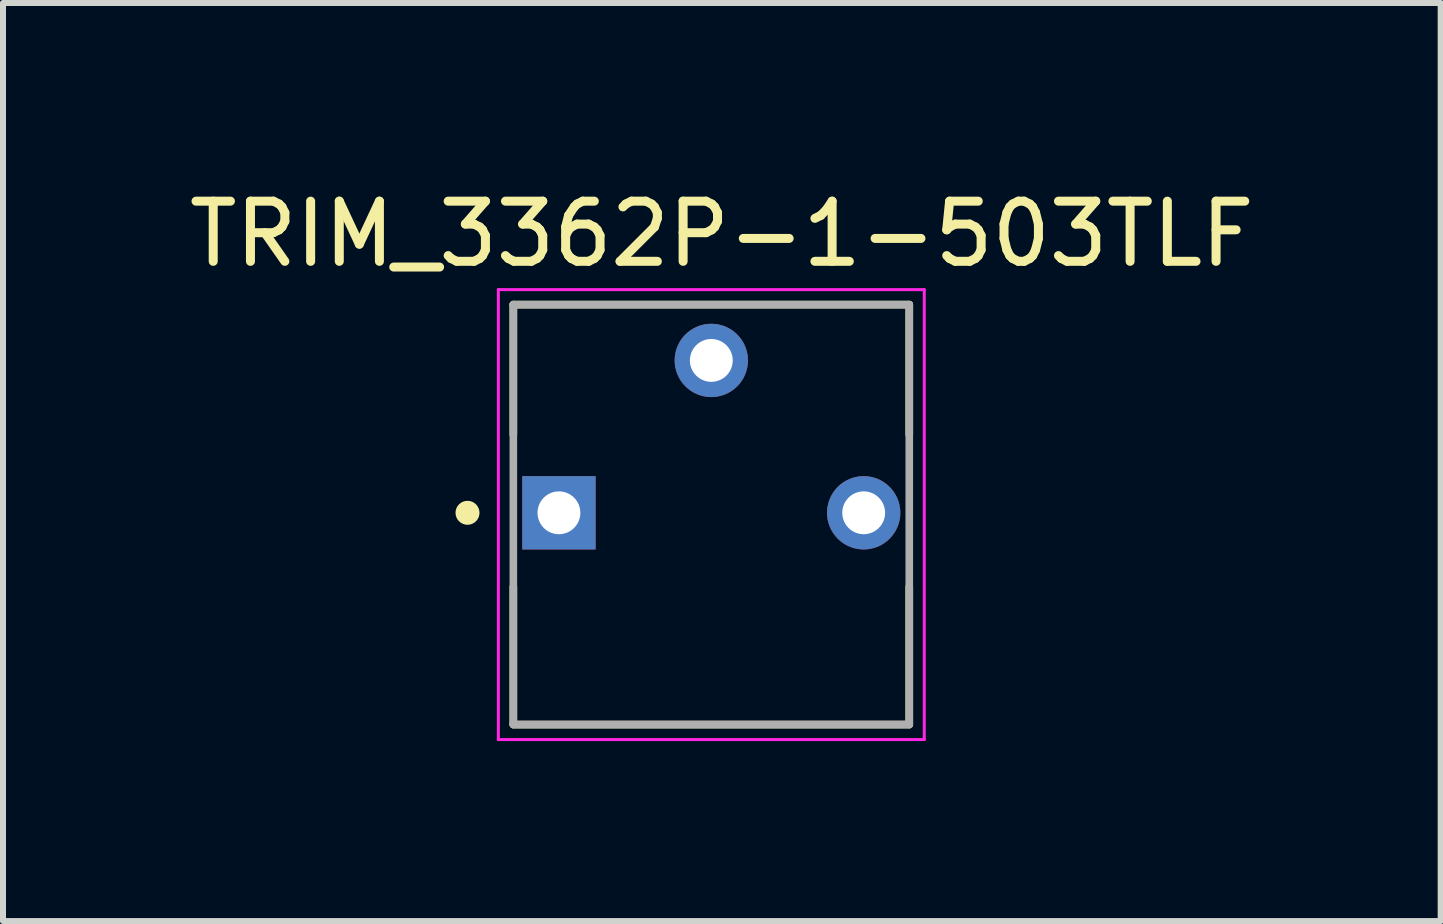
<source format=kicad_pcb>
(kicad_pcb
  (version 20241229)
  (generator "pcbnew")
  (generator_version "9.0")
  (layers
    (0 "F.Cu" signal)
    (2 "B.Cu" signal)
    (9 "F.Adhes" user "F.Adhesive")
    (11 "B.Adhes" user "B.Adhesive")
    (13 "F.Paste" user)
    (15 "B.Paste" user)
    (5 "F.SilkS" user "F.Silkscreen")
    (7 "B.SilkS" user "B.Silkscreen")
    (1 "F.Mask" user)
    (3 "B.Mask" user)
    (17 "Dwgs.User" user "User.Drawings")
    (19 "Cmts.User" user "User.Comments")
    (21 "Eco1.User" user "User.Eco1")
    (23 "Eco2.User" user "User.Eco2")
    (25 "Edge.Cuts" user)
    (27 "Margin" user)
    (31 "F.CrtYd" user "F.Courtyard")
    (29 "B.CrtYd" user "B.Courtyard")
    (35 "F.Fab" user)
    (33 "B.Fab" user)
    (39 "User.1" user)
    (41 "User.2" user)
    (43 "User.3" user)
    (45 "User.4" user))
  (footprint "TRIM_3362P-1-503TLF"
    (layer "F.Cu")
    (at 8.807 5.498)
    (property "Reference" "TRIM_3362P-1-503TLF" (at 0.175 -4.648 0) (layer "F.SilkS") (effects (font (size 1.003 1.003) (thickness 0.15))))
    (attr through_hole)
    (fp_line (start -3.3 -3.47) (end 3.3 -3.47) (stroke (width 0.127) (type solid)) (layer "F.SilkS"))
    (fp_line (start -3.3 -1.305) (end -3.3 -3.47) (stroke (width 0.127) (type solid)) (layer "F.SilkS"))
    (fp_line (start -3.3 3.52) (end -3.3 1.235) (stroke (width 0.127) (type solid)) (layer "F.SilkS"))
    (fp_line (start 3.3 -3.47) (end 3.3 -1.305) (stroke (width 0.127) (type solid)) (layer "F.SilkS"))
    (fp_line (start 3.3 1.235) (end 3.3 3.52) (stroke (width 0.127) (type solid)) (layer "F.SilkS"))
    (fp_line (start 3.3 3.53) (end -3.3 3.53) (stroke (width 0.127) (type solid)) (layer "F.SilkS"))
    (fp_circle (center -4.064 0) (end -3.964 0) (stroke (width 0.2) (type solid)) (fill no) (layer "F.SilkS"))
    (fp_line (start -3.55 -3.72) (end 3.55 -3.72) (stroke (width 0.05) (type solid)) (layer "F.CrtYd"))
    (fp_line (start -3.55 3.78) (end -3.55 -3.72) (stroke (width 0.05) (type solid)) (layer "F.CrtYd"))
    (fp_line (start 3.55 -3.72) (end 3.55 3.78) (stroke (width 0.05) (type solid)) (layer "F.CrtYd"))
    (fp_line (start 3.55 3.78) (end -3.55 3.78) (stroke (width 0.05) (type solid)) (layer "F.CrtYd"))
    (fp_line (start -3.3 -3.47) (end 3.3 -3.47) (stroke (width 0.127) (type solid)) (layer "F.Fab"))
    (fp_line (start -3.3 3.53) (end -3.3 -3.47) (stroke (width 0.127) (type solid)) (layer "F.Fab"))
    (fp_line (start 3.3 -3.47) (end 3.3 3.53) (stroke (width 0.127) (type solid)) (layer "F.Fab"))
    (fp_line (start 3.3 3.53) (end -3.3 3.53) (stroke (width 0.127) (type solid)) (layer "F.Fab"))
    (pad "1" thru_hole rect (at -2.54 0) (size 1.222 1.222) (drill 0.714) (layers "*.Cu" "*.Mask"))
    (pad "2" thru_hole circle (at 0 -2.54) (size 1.222 1.222) (drill 0.714) (layers "*.Cu" "*.Mask"))
    (pad "3" thru_hole circle (at 2.54 0) (size 1.222 1.222) (drill 0.714) (layers "*.Cu" "*.Mask")))
  (gr_rect
    (start -3 -3)
    (end 20.965 12.303)
    (stroke (width 0.1) (type default))
    (fill no)
    (layer "Edge.Cuts")))
</source>
